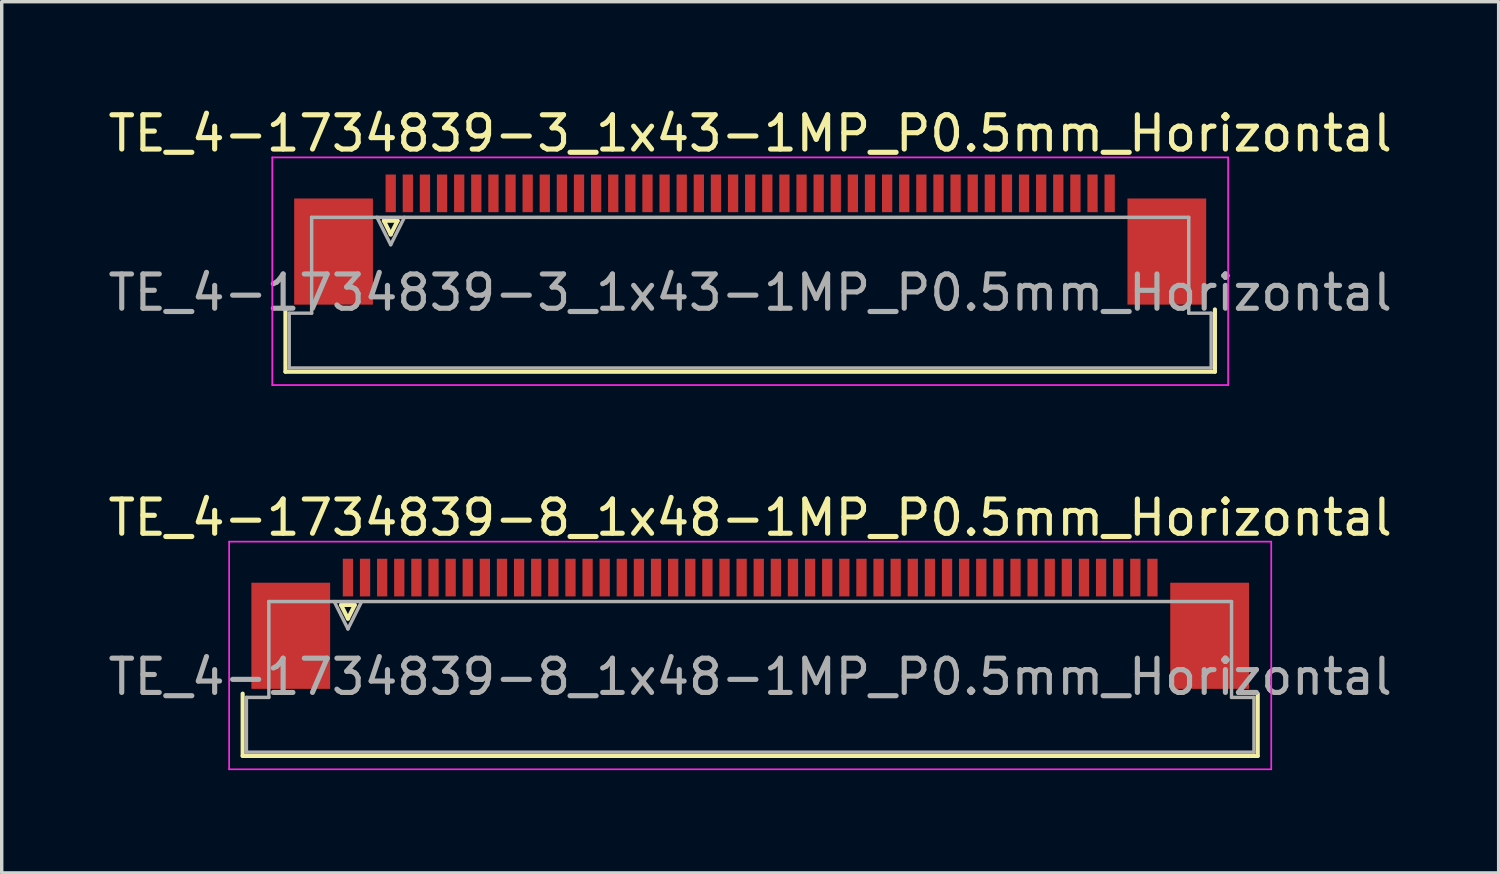
<source format=kicad_pcb>
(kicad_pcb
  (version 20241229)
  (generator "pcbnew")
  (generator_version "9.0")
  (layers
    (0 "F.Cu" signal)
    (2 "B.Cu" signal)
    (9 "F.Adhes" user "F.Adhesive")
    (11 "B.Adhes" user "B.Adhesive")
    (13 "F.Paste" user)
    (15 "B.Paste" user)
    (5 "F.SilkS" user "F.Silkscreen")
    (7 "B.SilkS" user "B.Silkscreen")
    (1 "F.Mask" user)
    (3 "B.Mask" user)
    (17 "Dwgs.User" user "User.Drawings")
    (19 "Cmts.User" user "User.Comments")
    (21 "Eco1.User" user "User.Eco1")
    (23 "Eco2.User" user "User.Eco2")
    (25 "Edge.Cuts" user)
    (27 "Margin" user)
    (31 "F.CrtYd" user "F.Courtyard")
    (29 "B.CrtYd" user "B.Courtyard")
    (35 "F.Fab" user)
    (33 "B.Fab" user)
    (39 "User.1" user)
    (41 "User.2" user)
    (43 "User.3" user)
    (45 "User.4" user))
  (footprint "TE_4-1734839-8_1x48-1MP_P0.5mm_Horizontal"
    (layer "F.Cu")
    (at 18.863 15.621)
    (property "Reference" "TE_4-1734839-8_1x48-1MP_P0.5mm_Horizontal" (at 0 -3.55 0) (layer "F.SilkS") (effects (font (size 1 1) (thickness 0.15))))
    (attr smd)
    (fp_line (start -14.825 3.41) (end -14.825 1.59) (stroke (width 0.12) (type solid)) (layer "F.SilkS"))
    (fp_line (start -11.95 -1) (end -11.75 -0.6) (stroke (width 0.12) (type solid)) (layer "F.SilkS"))
    (fp_line (start -11.75 -0.6) (end -11.55 -1) (stroke (width 0.12) (type solid)) (layer "F.SilkS"))
    (fp_line (start -11.55 -1) (end -11.95 -1) (stroke (width 0.12) (type solid)) (layer "F.SilkS"))
    (fp_line (start 14.825 1.59) (end 14.825 3.41) (stroke (width 0.12) (type solid)) (layer "F.SilkS"))
    (fp_line (start 14.825 3.41) (end -14.825 3.41) (stroke (width 0.12) (type solid)) (layer "F.SilkS"))
    (fp_line (start -15.22 -2.85) (end -15.22 3.8) (stroke (width 0.05) (type solid)) (layer "F.CrtYd"))
    (fp_line (start -15.22 3.8) (end 15.22 3.8) (stroke (width 0.05) (type solid)) (layer "F.CrtYd"))
    (fp_line (start 15.22 -2.85) (end -15.22 -2.85) (stroke (width 0.05) (type solid)) (layer "F.CrtYd"))
    (fp_line (start 15.22 3.8) (end 15.22 -2.85) (stroke (width 0.05) (type solid)) (layer "F.CrtYd"))
    (fp_line (start -14.715 1.7) (end -14.06 1.7) (stroke (width 0.1) (type solid)) (layer "F.Fab"))
    (fp_line (start -14.715 3.3) (end -14.715 1.7) (stroke (width 0.1) (type solid)) (layer "F.Fab"))
    (fp_line (start -14.06 -1.1) (end 14.06 -1.1) (stroke (width 0.1) (type solid)) (layer "F.Fab"))
    (fp_line (start -14.06 1.7) (end -14.06 -1.1) (stroke (width 0.1) (type solid)) (layer "F.Fab"))
    (fp_line (start -12.15 -1.1) (end -11.75 -0.3) (stroke (width 0.1) (type solid)) (layer "F.Fab"))
    (fp_line (start -11.75 -0.3) (end -11.35 -1.1) (stroke (width 0.1) (type solid)) (layer "F.Fab"))
    (fp_line (start 14.06 -1.1) (end 14.06 1.7) (stroke (width 0.1) (type solid)) (layer "F.Fab"))
    (fp_line (start 14.06 1.7) (end 14.715 1.7) (stroke (width 0.1) (type solid)) (layer "F.Fab"))
    (fp_line (start 14.715 1.7) (end 14.715 3.3) (stroke (width 0.1) (type solid)) (layer "F.Fab"))
    (fp_line (start 14.715 3.3) (end -14.715 3.3) (stroke (width 0.1) (type solid)) (layer "F.Fab"))
    (fp_text user "${REFERENCE}" (at 0 1.1 0) (layer "F.Fab") (effects (font (size 1 1) (thickness 0.15))))
    (pad "1" smd rect (at -11.75 -1.8) (size 0.3 1.1) (layers "F.Cu" "F.Mask" "F.Paste"))
    (pad "2" smd rect (at -11.25 -1.8) (size 0.3 1.1) (layers "F.Cu" "F.Mask" "F.Paste"))
    (pad "3" smd rect (at -10.75 -1.8) (size 0.3 1.1) (layers "F.Cu" "F.Mask" "F.Paste"))
    (pad "4" smd rect (at -10.25 -1.8) (size 0.3 1.1) (layers "F.Cu" "F.Mask" "F.Paste"))
    (pad "5" smd rect (at -9.75 -1.8) (size 0.3 1.1) (layers "F.Cu" "F.Mask" "F.Paste"))
    (pad "6" smd rect (at -9.25 -1.8) (size 0.3 1.1) (layers "F.Cu" "F.Mask" "F.Paste"))
    (pad "7" smd rect (at -8.75 -1.8) (size 0.3 1.1) (layers "F.Cu" "F.Mask" "F.Paste"))
    (pad "8" smd rect (at -8.25 -1.8) (size 0.3 1.1) (layers "F.Cu" "F.Mask" "F.Paste"))
    (pad "9" smd rect (at -7.75 -1.8) (size 0.3 1.1) (layers "F.Cu" "F.Mask" "F.Paste"))
    (pad "10" smd rect (at -7.25 -1.8) (size 0.3 1.1) (layers "F.Cu" "F.Mask" "F.Paste"))
    (pad "11" smd rect (at -6.75 -1.8) (size 0.3 1.1) (layers "F.Cu" "F.Mask" "F.Paste"))
    (pad "12" smd rect (at -6.25 -1.8) (size 0.3 1.1) (layers "F.Cu" "F.Mask" "F.Paste"))
    (pad "13" smd rect (at -5.75 -1.8) (size 0.3 1.1) (layers "F.Cu" "F.Mask" "F.Paste"))
    (pad "14" smd rect (at -5.25 -1.8) (size 0.3 1.1) (layers "F.Cu" "F.Mask" "F.Paste"))
    (pad "15" smd rect (at -4.75 -1.8) (size 0.3 1.1) (layers "F.Cu" "F.Mask" "F.Paste"))
    (pad "16" smd rect (at -4.25 -1.8) (size 0.3 1.1) (layers "F.Cu" "F.Mask" "F.Paste"))
    (pad "17" smd rect (at -3.75 -1.8) (size 0.3 1.1) (layers "F.Cu" "F.Mask" "F.Paste"))
    (pad "18" smd rect (at -3.25 -1.8) (size 0.3 1.1) (layers "F.Cu" "F.Mask" "F.Paste"))
    (pad "19" smd rect (at -2.75 -1.8) (size 0.3 1.1) (layers "F.Cu" "F.Mask" "F.Paste"))
    (pad "20" smd rect (at -2.25 -1.8) (size 0.3 1.1) (layers "F.Cu" "F.Mask" "F.Paste"))
    (pad "21" smd rect (at -1.75 -1.8) (size 0.3 1.1) (layers "F.Cu" "F.Mask" "F.Paste"))
    (pad "22" smd rect (at -1.25 -1.8) (size 0.3 1.1) (layers "F.Cu" "F.Mask" "F.Paste"))
    (pad "23" smd rect (at -0.75 -1.8) (size 0.3 1.1) (layers "F.Cu" "F.Mask" "F.Paste"))
    (pad "24" smd rect (at -0.25 -1.8) (size 0.3 1.1) (layers "F.Cu" "F.Mask" "F.Paste"))
    (pad "25" smd rect (at 0.25 -1.8) (size 0.3 1.1) (layers "F.Cu" "F.Mask" "F.Paste"))
    (pad "26" smd rect (at 0.75 -1.8) (size 0.3 1.1) (layers "F.Cu" "F.Mask" "F.Paste"))
    (pad "27" smd rect (at 1.25 -1.8) (size 0.3 1.1) (layers "F.Cu" "F.Mask" "F.Paste"))
    (pad "28" smd rect (at 1.75 -1.8) (size 0.3 1.1) (layers "F.Cu" "F.Mask" "F.Paste"))
    (pad "29" smd rect (at 2.25 -1.8) (size 0.3 1.1) (layers "F.Cu" "F.Mask" "F.Paste"))
    (pad "30" smd rect (at 2.75 -1.8) (size 0.3 1.1) (layers "F.Cu" "F.Mask" "F.Paste"))
    (pad "31" smd rect (at 3.25 -1.8) (size 0.3 1.1) (layers "F.Cu" "F.Mask" "F.Paste"))
    (pad "32" smd rect (at 3.75 -1.8) (size 0.3 1.1) (layers "F.Cu" "F.Mask" "F.Paste"))
    (pad "33" smd rect (at 4.25 -1.8) (size 0.3 1.1) (layers "F.Cu" "F.Mask" "F.Paste"))
    (pad "34" smd rect (at 4.75 -1.8) (size 0.3 1.1) (layers "F.Cu" "F.Mask" "F.Paste"))
    (pad "35" smd rect (at 5.25 -1.8) (size 0.3 1.1) (layers "F.Cu" "F.Mask" "F.Paste"))
    (pad "36" smd rect (at 5.75 -1.8) (size 0.3 1.1) (layers "F.Cu" "F.Mask" "F.Paste"))
    (pad "37" smd rect (at 6.25 -1.8) (size 0.3 1.1) (layers "F.Cu" "F.Mask" "F.Paste"))
    (pad "38" smd rect (at 6.75 -1.8) (size 0.3 1.1) (layers "F.Cu" "F.Mask" "F.Paste"))
    (pad "39" smd rect (at 7.25 -1.8) (size 0.3 1.1) (layers "F.Cu" "F.Mask" "F.Paste"))
    (pad "40" smd rect (at 7.75 -1.8) (size 0.3 1.1) (layers "F.Cu" "F.Mask" "F.Paste"))
    (pad "41" smd rect (at 8.25 -1.8) (size 0.3 1.1) (layers "F.Cu" "F.Mask" "F.Paste"))
    (pad "42" smd rect (at 8.75 -1.8) (size 0.3 1.1) (layers "F.Cu" "F.Mask" "F.Paste"))
    (pad "43" smd rect (at 9.25 -1.8) (size 0.3 1.1) (layers "F.Cu" "F.Mask" "F.Paste"))
    (pad "44" smd rect (at 9.75 -1.8) (size 0.3 1.1) (layers "F.Cu" "F.Mask" "F.Paste"))
    (pad "45" smd rect (at 10.25 -1.8) (size 0.3 1.1) (layers "F.Cu" "F.Mask" "F.Paste"))
    (pad "46" smd rect (at 10.75 -1.8) (size 0.3 1.1) (layers "F.Cu" "F.Mask" "F.Paste"))
    (pad "47" smd rect (at 11.25 -1.8) (size 0.3 1.1) (layers "F.Cu" "F.Mask" "F.Paste"))
    (pad "48" smd rect (at 11.75 -1.8) (size 0.3 1.1) (layers "F.Cu" "F.Mask" "F.Paste"))
    (pad "MP" smd rect (at -13.42 -0.1) (size 2.3 3.1) (layers "F.Cu" "F.Mask" "F.Paste"))
    (pad "MP" smd rect (at 13.42 -0.1) (size 2.3 3.1) (layers "F.Cu" "F.Mask" "F.Paste")))
  (footprint "TE_4-1734839-3_1x43-1MP_P0.5mm_Horizontal"
    (layer "F.Cu")
    (at 18.863 3.948)
    (property "Reference" "TE_4-1734839-3_1x43-1MP_P0.5mm_Horizontal" (at 0 -3.1 0) (layer "F.SilkS") (effects (font (size 1 1) (thickness 0.15))))
    (attr smd)
    (fp_line (start -13.575 3.86) (end -13.575 2.04) (stroke (width 0.12) (type solid)) (layer "F.SilkS"))
    (fp_line (start -10.7 -0.55) (end -10.5 -0.15) (stroke (width 0.12) (type solid)) (layer "F.SilkS"))
    (fp_line (start -10.5 -0.15) (end -10.3 -0.55) (stroke (width 0.12) (type solid)) (layer "F.SilkS"))
    (fp_line (start -10.3 -0.55) (end -10.7 -0.55) (stroke (width 0.12) (type solid)) (layer "F.SilkS"))
    (fp_line (start 13.575 2.04) (end 13.575 3.86) (stroke (width 0.12) (type solid)) (layer "F.SilkS"))
    (fp_line (start 13.575 3.86) (end -13.575 3.86) (stroke (width 0.12) (type solid)) (layer "F.SilkS"))
    (fp_line (start -13.96 -2.4) (end -13.96 4.25) (stroke (width 0.05) (type solid)) (layer "F.CrtYd"))
    (fp_line (start -13.96 4.25) (end 13.96 4.25) (stroke (width 0.05) (type solid)) (layer "F.CrtYd"))
    (fp_line (start 13.96 -2.4) (end -13.96 -2.4) (stroke (width 0.05) (type solid)) (layer "F.CrtYd"))
    (fp_line (start 13.96 4.25) (end 13.96 -2.4) (stroke (width 0.05) (type solid)) (layer "F.CrtYd"))
    (fp_line (start -13.465 2.15) (end -12.81 2.15) (stroke (width 0.1) (type solid)) (layer "F.Fab"))
    (fp_line (start -13.465 3.75) (end -13.465 2.15) (stroke (width 0.1) (type solid)) (layer "F.Fab"))
    (fp_line (start -12.81 -0.65) (end 12.81 -0.65) (stroke (width 0.1) (type solid)) (layer "F.Fab"))
    (fp_line (start -12.81 2.15) (end -12.81 -0.65) (stroke (width 0.1) (type solid)) (layer "F.Fab"))
    (fp_line (start -10.9 -0.65) (end -10.5 0.15) (stroke (width 0.1) (type solid)) (layer "F.Fab"))
    (fp_line (start -10.5 0.15) (end -10.1 -0.65) (stroke (width 0.1) (type solid)) (layer "F.Fab"))
    (fp_line (start 12.81 -0.65) (end 12.81 2.15) (stroke (width 0.1) (type solid)) (layer "F.Fab"))
    (fp_line (start 12.81 2.15) (end 13.465 2.15) (stroke (width 0.1) (type solid)) (layer "F.Fab"))
    (fp_line (start 13.465 2.15) (end 13.465 3.75) (stroke (width 0.1) (type solid)) (layer "F.Fab"))
    (fp_line (start 13.465 3.75) (end -13.465 3.75) (stroke (width 0.1) (type solid)) (layer "F.Fab"))
    (fp_text user "${REFERENCE}" (at 0 1.55 0) (layer "F.Fab") (effects (font (size 1 1) (thickness 0.15))))
    (pad "1" smd rect (at -10.5 -1.35) (size 0.3 1.1) (layers "F.Cu" "F.Mask" "F.Paste"))
    (pad "2" smd rect (at -10 -1.35) (size 0.3 1.1) (layers "F.Cu" "F.Mask" "F.Paste"))
    (pad "3" smd rect (at -9.5 -1.35) (size 0.3 1.1) (layers "F.Cu" "F.Mask" "F.Paste"))
    (pad "4" smd rect (at -9 -1.35) (size 0.3 1.1) (layers "F.Cu" "F.Mask" "F.Paste"))
    (pad "5" smd rect (at -8.5 -1.35) (size 0.3 1.1) (layers "F.Cu" "F.Mask" "F.Paste"))
    (pad "6" smd rect (at -8 -1.35) (size 0.3 1.1) (layers "F.Cu" "F.Mask" "F.Paste"))
    (pad "7" smd rect (at -7.5 -1.35) (size 0.3 1.1) (layers "F.Cu" "F.Mask" "F.Paste"))
    (pad "8" smd rect (at -7 -1.35) (size 0.3 1.1) (layers "F.Cu" "F.Mask" "F.Paste"))
    (pad "9" smd rect (at -6.5 -1.35) (size 0.3 1.1) (layers "F.Cu" "F.Mask" "F.Paste"))
    (pad "10" smd rect (at -6 -1.35) (size 0.3 1.1) (layers "F.Cu" "F.Mask" "F.Paste"))
    (pad "11" smd rect (at -5.5 -1.35) (size 0.3 1.1) (layers "F.Cu" "F.Mask" "F.Paste"))
    (pad "12" smd rect (at -5 -1.35) (size 0.3 1.1) (layers "F.Cu" "F.Mask" "F.Paste"))
    (pad "13" smd rect (at -4.5 -1.35) (size 0.3 1.1) (layers "F.Cu" "F.Mask" "F.Paste"))
    (pad "14" smd rect (at -4 -1.35) (size 0.3 1.1) (layers "F.Cu" "F.Mask" "F.Paste"))
    (pad "15" smd rect (at -3.5 -1.35) (size 0.3 1.1) (layers "F.Cu" "F.Mask" "F.Paste"))
    (pad "16" smd rect (at -3 -1.35) (size 0.3 1.1) (layers "F.Cu" "F.Mask" "F.Paste"))
    (pad "17" smd rect (at -2.5 -1.35) (size 0.3 1.1) (layers "F.Cu" "F.Mask" "F.Paste"))
    (pad "18" smd rect (at -2 -1.35) (size 0.3 1.1) (layers "F.Cu" "F.Mask" "F.Paste"))
    (pad "19" smd rect (at -1.5 -1.35) (size 0.3 1.1) (layers "F.Cu" "F.Mask" "F.Paste"))
    (pad "20" smd rect (at -1 -1.35) (size 0.3 1.1) (layers "F.Cu" "F.Mask" "F.Paste"))
    (pad "21" smd rect (at -0.5 -1.35) (size 0.3 1.1) (layers "F.Cu" "F.Mask" "F.Paste"))
    (pad "22" smd rect (at 0 -1.35) (size 0.3 1.1) (layers "F.Cu" "F.Mask" "F.Paste"))
    (pad "23" smd rect (at 0.5 -1.35) (size 0.3 1.1) (layers "F.Cu" "F.Mask" "F.Paste"))
    (pad "24" smd rect (at 1 -1.35) (size 0.3 1.1) (layers "F.Cu" "F.Mask" "F.Paste"))
    (pad "25" smd rect (at 1.5 -1.35) (size 0.3 1.1) (layers "F.Cu" "F.Mask" "F.Paste"))
    (pad "26" smd rect (at 2 -1.35) (size 0.3 1.1) (layers "F.Cu" "F.Mask" "F.Paste"))
    (pad "27" smd rect (at 2.5 -1.35) (size 0.3 1.1) (layers "F.Cu" "F.Mask" "F.Paste"))
    (pad "28" smd rect (at 3 -1.35) (size 0.3 1.1) (layers "F.Cu" "F.Mask" "F.Paste"))
    (pad "29" smd rect (at 3.5 -1.35) (size 0.3 1.1) (layers "F.Cu" "F.Mask" "F.Paste"))
    (pad "30" smd rect (at 4 -1.35) (size 0.3 1.1) (layers "F.Cu" "F.Mask" "F.Paste"))
    (pad "31" smd rect (at 4.5 -1.35) (size 0.3 1.1) (layers "F.Cu" "F.Mask" "F.Paste"))
    (pad "32" smd rect (at 5 -1.35) (size 0.3 1.1) (layers "F.Cu" "F.Mask" "F.Paste"))
    (pad "33" smd rect (at 5.5 -1.35) (size 0.3 1.1) (layers "F.Cu" "F.Mask" "F.Paste"))
    (pad "34" smd rect (at 6 -1.35) (size 0.3 1.1) (layers "F.Cu" "F.Mask" "F.Paste"))
    (pad "35" smd rect (at 6.5 -1.35) (size 0.3 1.1) (layers "F.Cu" "F.Mask" "F.Paste"))
    (pad "36" smd rect (at 7 -1.35) (size 0.3 1.1) (layers "F.Cu" "F.Mask" "F.Paste"))
    (pad "37" smd rect (at 7.5 -1.35) (size 0.3 1.1) (layers "F.Cu" "F.Mask" "F.Paste"))
    (pad "38" smd rect (at 8 -1.35) (size 0.3 1.1) (layers "F.Cu" "F.Mask" "F.Paste"))
    (pad "39" smd rect (at 8.5 -1.35) (size 0.3 1.1) (layers "F.Cu" "F.Mask" "F.Paste"))
    (pad "40" smd rect (at 9 -1.35) (size 0.3 1.1) (layers "F.Cu" "F.Mask" "F.Paste"))
    (pad "41" smd rect (at 9.5 -1.35) (size 0.3 1.1) (layers "F.Cu" "F.Mask" "F.Paste"))
    (pad "42" smd rect (at 10 -1.35) (size 0.3 1.1) (layers "F.Cu" "F.Mask" "F.Paste"))
    (pad "43" smd rect (at 10.5 -1.35) (size 0.3 1.1) (layers "F.Cu" "F.Mask" "F.Paste"))
    (pad "MP" smd rect (at -12.17 0.35) (size 2.3 3.1) (layers "F.Cu" "F.Mask" "F.Paste"))
    (pad "MP" smd rect (at 12.17 0.35) (size 2.3 3.1) (layers "F.Cu" "F.Mask" "F.Paste")))
  (gr_rect
    (start -3 -3)
    (end 40.726 22.447)
    (stroke (width 0.1) (type default))
    (fill no)
    (layer "Edge.Cuts")))
</source>
